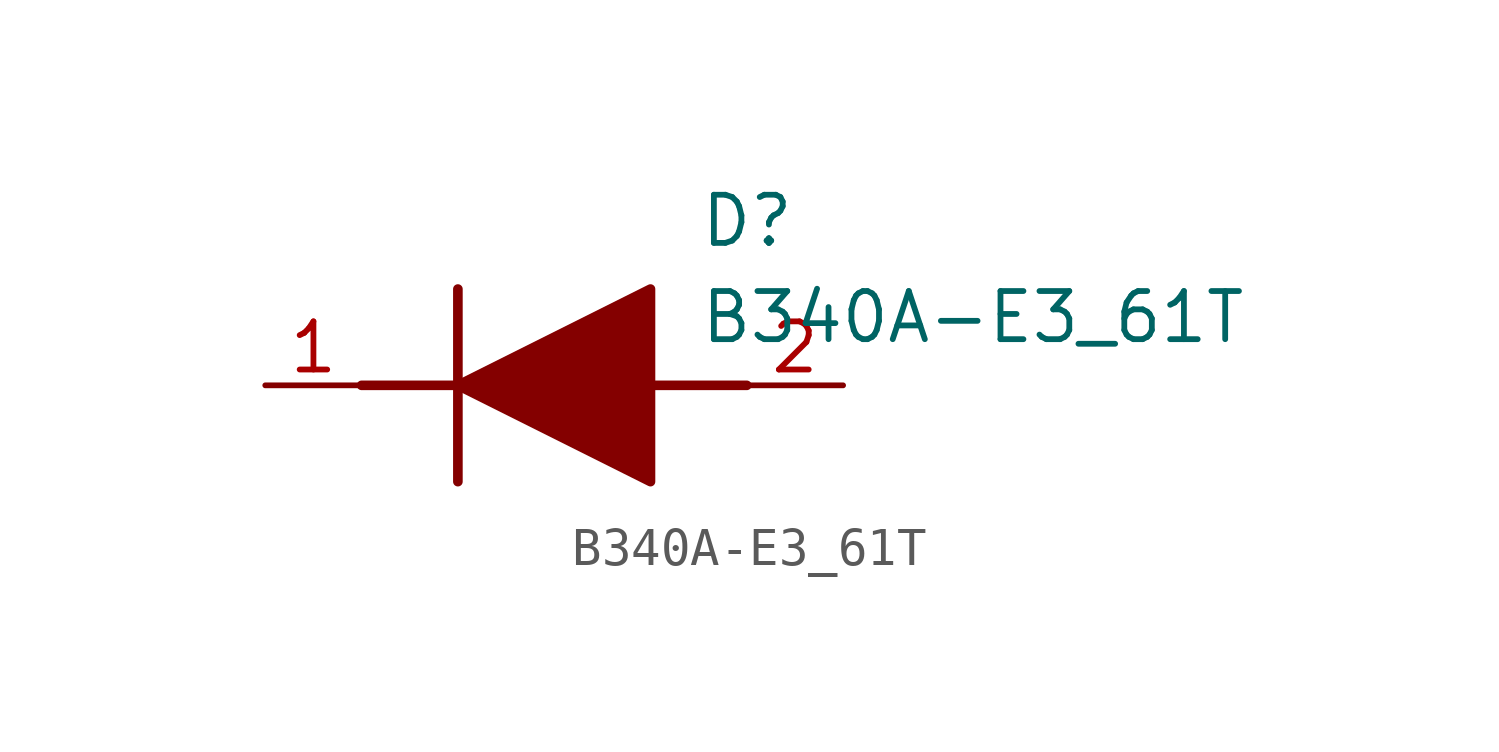
<source format=kicad_sym>
(kicad_symbol_lib
  (version 20211014)
  (generator SamacSys_ECAD_Model)
  (symbol "B340A-E3_61T"
    (pin_names hide)
    (property "Reference" "D"
      (at 11.43 5.08 0)
      (effects (font (size 1.27 1.27)) (justify left top)))
    (property "Value" "B340A-E3_61T"
      (at 11.43 2.54 0)
      (effects (font (size 1.27 1.27)) (justify left top)))
    (polyline
      (pts (xy 5.08 2.54) (xy 5.08 -2.54))
      (stroke (width 0.254) (type default))
      (fill (type none)))
    (polyline
      (pts (xy 2.54 0) (xy 5.08 0))
      (stroke (width 0.254) (type default))
      (fill (type none)))
    (polyline
      (pts (xy 10.16 0) (xy 12.7 0))
      (stroke (width 0.254) (type default))
      (fill (type none)))
    (polyline
      (pts (xy 5.08 0) (xy 10.16 2.54) (xy 10.16 -2.54) (xy 5.08 0))
      (stroke (width 0.254) (type default))
      (fill (type outline)))
    (pin passive line
      (at 0 0 0)
      (length 2.54)
      (name "K" (effects (font (size 1.27 1.27))))
      (number "1" (effects (font (size 1.27 1.27)))))
    (pin passive line
      (at 15.24 0 180)
      (length 2.54)
      (name "A" (effects (font (size 1.27 1.27))))
      (number "2" (effects (font (size 1.27 1.27)))))))
</source>
